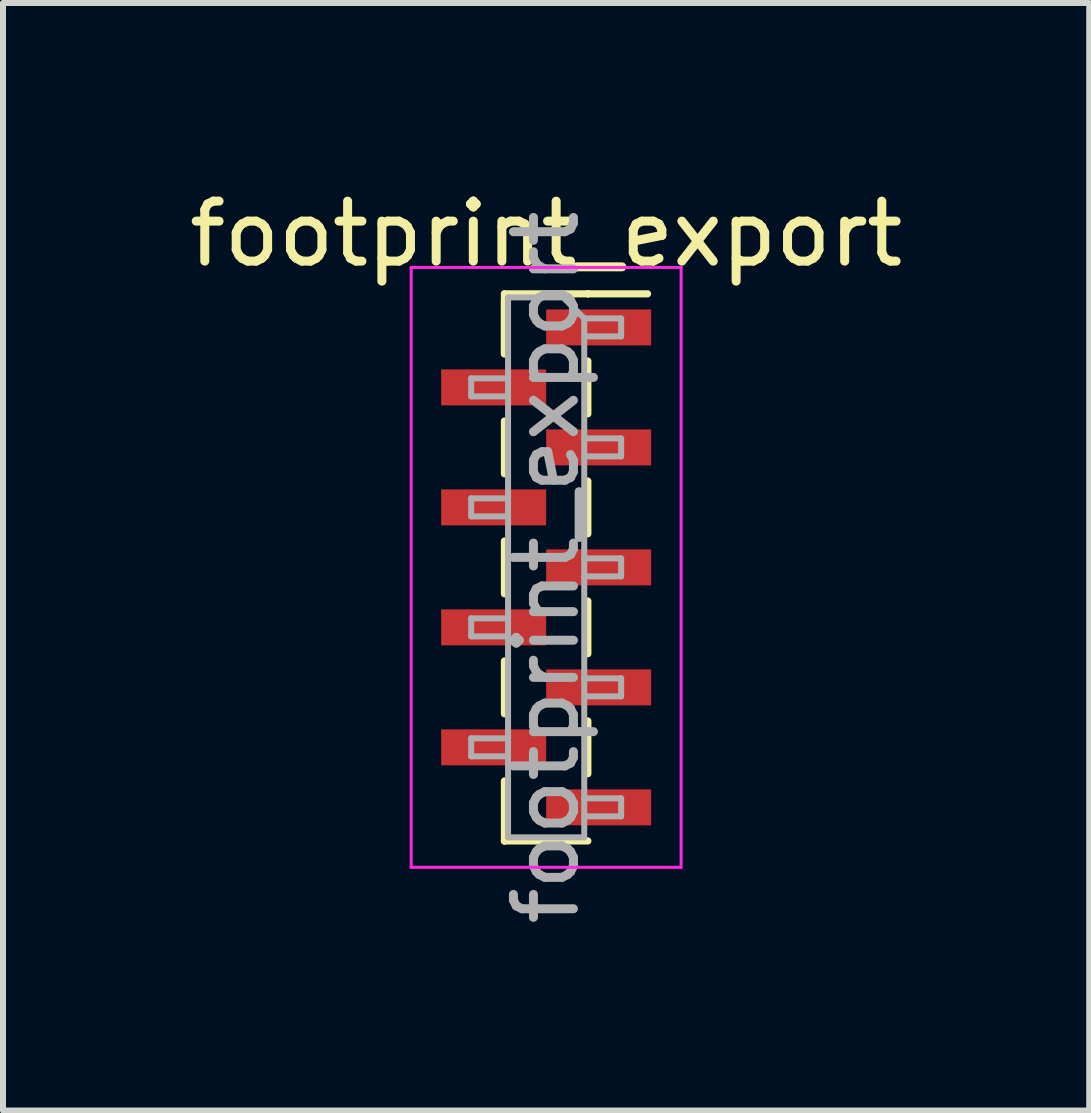
<source format=kicad_pcb>
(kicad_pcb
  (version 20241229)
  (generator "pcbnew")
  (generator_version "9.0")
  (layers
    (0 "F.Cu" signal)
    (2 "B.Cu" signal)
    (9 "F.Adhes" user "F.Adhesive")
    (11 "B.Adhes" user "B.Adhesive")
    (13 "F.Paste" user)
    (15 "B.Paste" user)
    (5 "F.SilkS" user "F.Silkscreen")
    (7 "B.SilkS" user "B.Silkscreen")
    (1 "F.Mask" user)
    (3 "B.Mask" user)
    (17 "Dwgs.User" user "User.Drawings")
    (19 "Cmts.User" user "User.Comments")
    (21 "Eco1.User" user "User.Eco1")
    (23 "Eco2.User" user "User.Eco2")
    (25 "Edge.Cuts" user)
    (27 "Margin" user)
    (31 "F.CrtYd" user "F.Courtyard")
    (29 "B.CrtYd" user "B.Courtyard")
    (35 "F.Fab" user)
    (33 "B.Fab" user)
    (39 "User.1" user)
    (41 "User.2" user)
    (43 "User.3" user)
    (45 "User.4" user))
  (footprint "footprint_export"
    (layer "F.Cu")
    (at 6.054 6.408)
    (property "Reference" "footprint_export" (at 0 -5.56 0) (layer "F.SilkS") (effects (font (size 1 1) (thickness 0.15))))
    (attr smd)
    (fp_line (start -0.695 -4.56) (end -0.695 -3.56) (stroke (width 0.12) (type solid)) (layer "F.SilkS"))
    (fp_line (start -0.695 -4.56) (end 0.695 -4.56) (stroke (width 0.12) (type solid)) (layer "F.SilkS"))
    (fp_line (start -0.695 -4.44) (end -0.695 -3.56) (stroke (width 0.12) (type solid)) (layer "F.SilkS"))
    (fp_line (start -0.695 -2.44) (end -0.695 -1.56) (stroke (width 0.12) (type solid)) (layer "F.SilkS"))
    (fp_line (start -0.695 -0.44) (end -0.695 0.44) (stroke (width 0.12) (type solid)) (layer "F.SilkS"))
    (fp_line (start -0.695 1.56) (end -0.695 2.44) (stroke (width 0.12) (type solid)) (layer "F.SilkS"))
    (fp_line (start -0.695 3.56) (end -0.695 4.56) (stroke (width 0.12) (type solid)) (layer "F.SilkS"))
    (fp_line (start -0.695 4.56) (end -0.695 4.56) (stroke (width 0.12) (type solid)) (layer "F.SilkS"))
    (fp_line (start -0.695 4.56) (end 0.695 4.56) (stroke (width 0.12) (type solid)) (layer "F.SilkS"))
    (fp_line (start 0.695 -4.56) (end 0.695 -4.56) (stroke (width 0.12) (type solid)) (layer "F.SilkS"))
    (fp_line (start 0.695 -4.56) (end 1.69 -4.56) (stroke (width 0.12) (type solid)) (layer "F.SilkS"))
    (fp_line (start 0.695 -3.44) (end 0.695 -2.56) (stroke (width 0.12) (type solid)) (layer "F.SilkS"))
    (fp_line (start 0.695 -1.44) (end 0.695 -0.56) (stroke (width 0.12) (type solid)) (layer "F.SilkS"))
    (fp_line (start 0.695 0.56) (end 0.695 1.44) (stroke (width 0.12) (type solid)) (layer "F.SilkS"))
    (fp_line (start 0.695 2.56) (end 0.695 3.44) (stroke (width 0.12) (type solid)) (layer "F.SilkS"))
    (fp_line (start -2.25 -5) (end -2.25 5) (stroke (width 0.05) (type solid)) (layer "F.CrtYd"))
    (fp_line (start -2.25 5) (end 2.25 5) (stroke (width 0.05) (type solid)) (layer "F.CrtYd"))
    (fp_line (start 2.25 -5) (end -2.25 -5) (stroke (width 0.05) (type solid)) (layer "F.CrtYd"))
    (fp_line (start 2.25 5) (end 2.25 -5) (stroke (width 0.05) (type solid)) (layer "F.CrtYd"))
    (fp_line (start -1.25 -3.15) (end -1.25 -2.85) (stroke (width 0.1) (type solid)) (layer "F.Fab"))
    (fp_line (start -1.25 -2.85) (end -0.635 -2.85) (stroke (width 0.1) (type solid)) (layer "F.Fab"))
    (fp_line (start -1.25 -1.15) (end -1.25 -0.85) (stroke (width 0.1) (type solid)) (layer "F.Fab"))
    (fp_line (start -1.25 -0.85) (end -0.635 -0.85) (stroke (width 0.1) (type solid)) (layer "F.Fab"))
    (fp_line (start -1.25 0.85) (end -1.25 1.15) (stroke (width 0.1) (type solid)) (layer "F.Fab"))
    (fp_line (start -1.25 1.15) (end -0.635 1.15) (stroke (width 0.1) (type solid)) (layer "F.Fab"))
    (fp_line (start -1.25 2.85) (end -1.25 3.15) (stroke (width 0.1) (type solid)) (layer "F.Fab"))
    (fp_line (start -1.25 3.15) (end -0.635 3.15) (stroke (width 0.1) (type solid)) (layer "F.Fab"))
    (fp_line (start -0.635 -4.5) (end -0.635 4.5) (stroke (width 0.1) (type solid)) (layer "F.Fab"))
    (fp_line (start -0.635 -4.5) (end 0.285 -4.5) (stroke (width 0.1) (type solid)) (layer "F.Fab"))
    (fp_line (start -0.635 -3.15) (end -1.25 -3.15) (stroke (width 0.1) (type solid)) (layer "F.Fab"))
    (fp_line (start -0.635 -1.15) (end -1.25 -1.15) (stroke (width 0.1) (type solid)) (layer "F.Fab"))
    (fp_line (start -0.635 0.85) (end -1.25 0.85) (stroke (width 0.1) (type solid)) (layer "F.Fab"))
    (fp_line (start -0.635 2.85) (end -1.25 2.85) (stroke (width 0.1) (type solid)) (layer "F.Fab"))
    (fp_line (start 0.635 -4.15) (end 0.285 -4.5) (stroke (width 0.1) (type solid)) (layer "F.Fab"))
    (fp_line (start 0.635 -4.15) (end 1.25 -4.15) (stroke (width 0.1) (type solid)) (layer "F.Fab"))
    (fp_line (start 0.635 -2.15) (end 1.25 -2.15) (stroke (width 0.1) (type solid)) (layer "F.Fab"))
    (fp_line (start 0.635 -0.15) (end 1.25 -0.15) (stroke (width 0.1) (type solid)) (layer "F.Fab"))
    (fp_line (start 0.635 1.85) (end 1.25 1.85) (stroke (width 0.1) (type solid)) (layer "F.Fab"))
    (fp_line (start 0.635 3.85) (end 1.25 3.85) (stroke (width 0.1) (type solid)) (layer "F.Fab"))
    (fp_line (start 0.635 4.5) (end -0.635 4.5) (stroke (width 0.1) (type solid)) (layer "F.Fab"))
    (fp_line (start 0.635 4.5) (end 0.635 -4.15) (stroke (width 0.1) (type solid)) (layer "F.Fab"))
    (fp_line (start 1.25 -4.15) (end 1.25 -3.85) (stroke (width 0.1) (type solid)) (layer "F.Fab"))
    (fp_line (start 1.25 -3.85) (end 0.635 -3.85) (stroke (width 0.1) (type solid)) (layer "F.Fab"))
    (fp_line (start 1.25 -2.15) (end 1.25 -1.85) (stroke (width 0.1) (type solid)) (layer "F.Fab"))
    (fp_line (start 1.25 -1.85) (end 0.635 -1.85) (stroke (width 0.1) (type solid)) (layer "F.Fab"))
    (fp_line (start 1.25 -0.15) (end 1.25 0.15) (stroke (width 0.1) (type solid)) (layer "F.Fab"))
    (fp_line (start 1.25 0.15) (end 0.635 0.15) (stroke (width 0.1) (type solid)) (layer "F.Fab"))
    (fp_line (start 1.25 1.85) (end 1.25 2.15) (stroke (width 0.1) (type solid)) (layer "F.Fab"))
    (fp_line (start 1.25 2.15) (end 0.635 2.15) (stroke (width 0.1) (type solid)) (layer "F.Fab"))
    (fp_line (start 1.25 3.85) (end 1.25 4.15) (stroke (width 0.1) (type solid)) (layer "F.Fab"))
    (fp_line (start 1.25 4.15) (end 0.635 4.15) (stroke (width 0.1) (type solid)) (layer "F.Fab"))
    (fp_text user "${REFERENCE}" (at 0 0 90) (layer "F.Fab") (effects (font (size 1 1) (thickness 0.15))))
    (pad "1" smd rect (at 0.875 -4) (size 1.75 0.6) (layers "F.Cu" "F.Mask" "F.Paste"))
    (pad "2" smd rect (at -0.875 -3) (size 1.75 0.6) (layers "F.Cu" "F.Mask" "F.Paste"))
    (pad "3" smd rect (at 0.875 -2) (size 1.75 0.6) (layers "F.Cu" "F.Mask" "F.Paste"))
    (pad "4" smd rect (at -0.875 -1) (size 1.75 0.6) (layers "F.Cu" "F.Mask" "F.Paste"))
    (pad "5" smd rect (at 0.875 0) (size 1.75 0.6) (layers "F.Cu" "F.Mask" "F.Paste"))
    (pad "6" smd rect (at -0.875 1) (size 1.75 0.6) (layers "F.Cu" "F.Mask" "F.Paste"))
    (pad "7" smd rect (at 0.875 2) (size 1.75 0.6) (layers "F.Cu" "F.Mask" "F.Paste"))
    (pad "8" smd rect (at -0.875 3) (size 1.75 0.6) (layers "F.Cu" "F.Mask" "F.Paste"))
    (pad "9" smd rect (at 0.875 4) (size 1.75 0.6) (layers "F.Cu" "F.Mask" "F.Paste")))
  (gr_rect
    (start -3 -3)
    (end 15.107 15.462)
    (stroke (width 0.1) (type default))
    (fill no)
    (layer "Edge.Cuts")))
</source>
